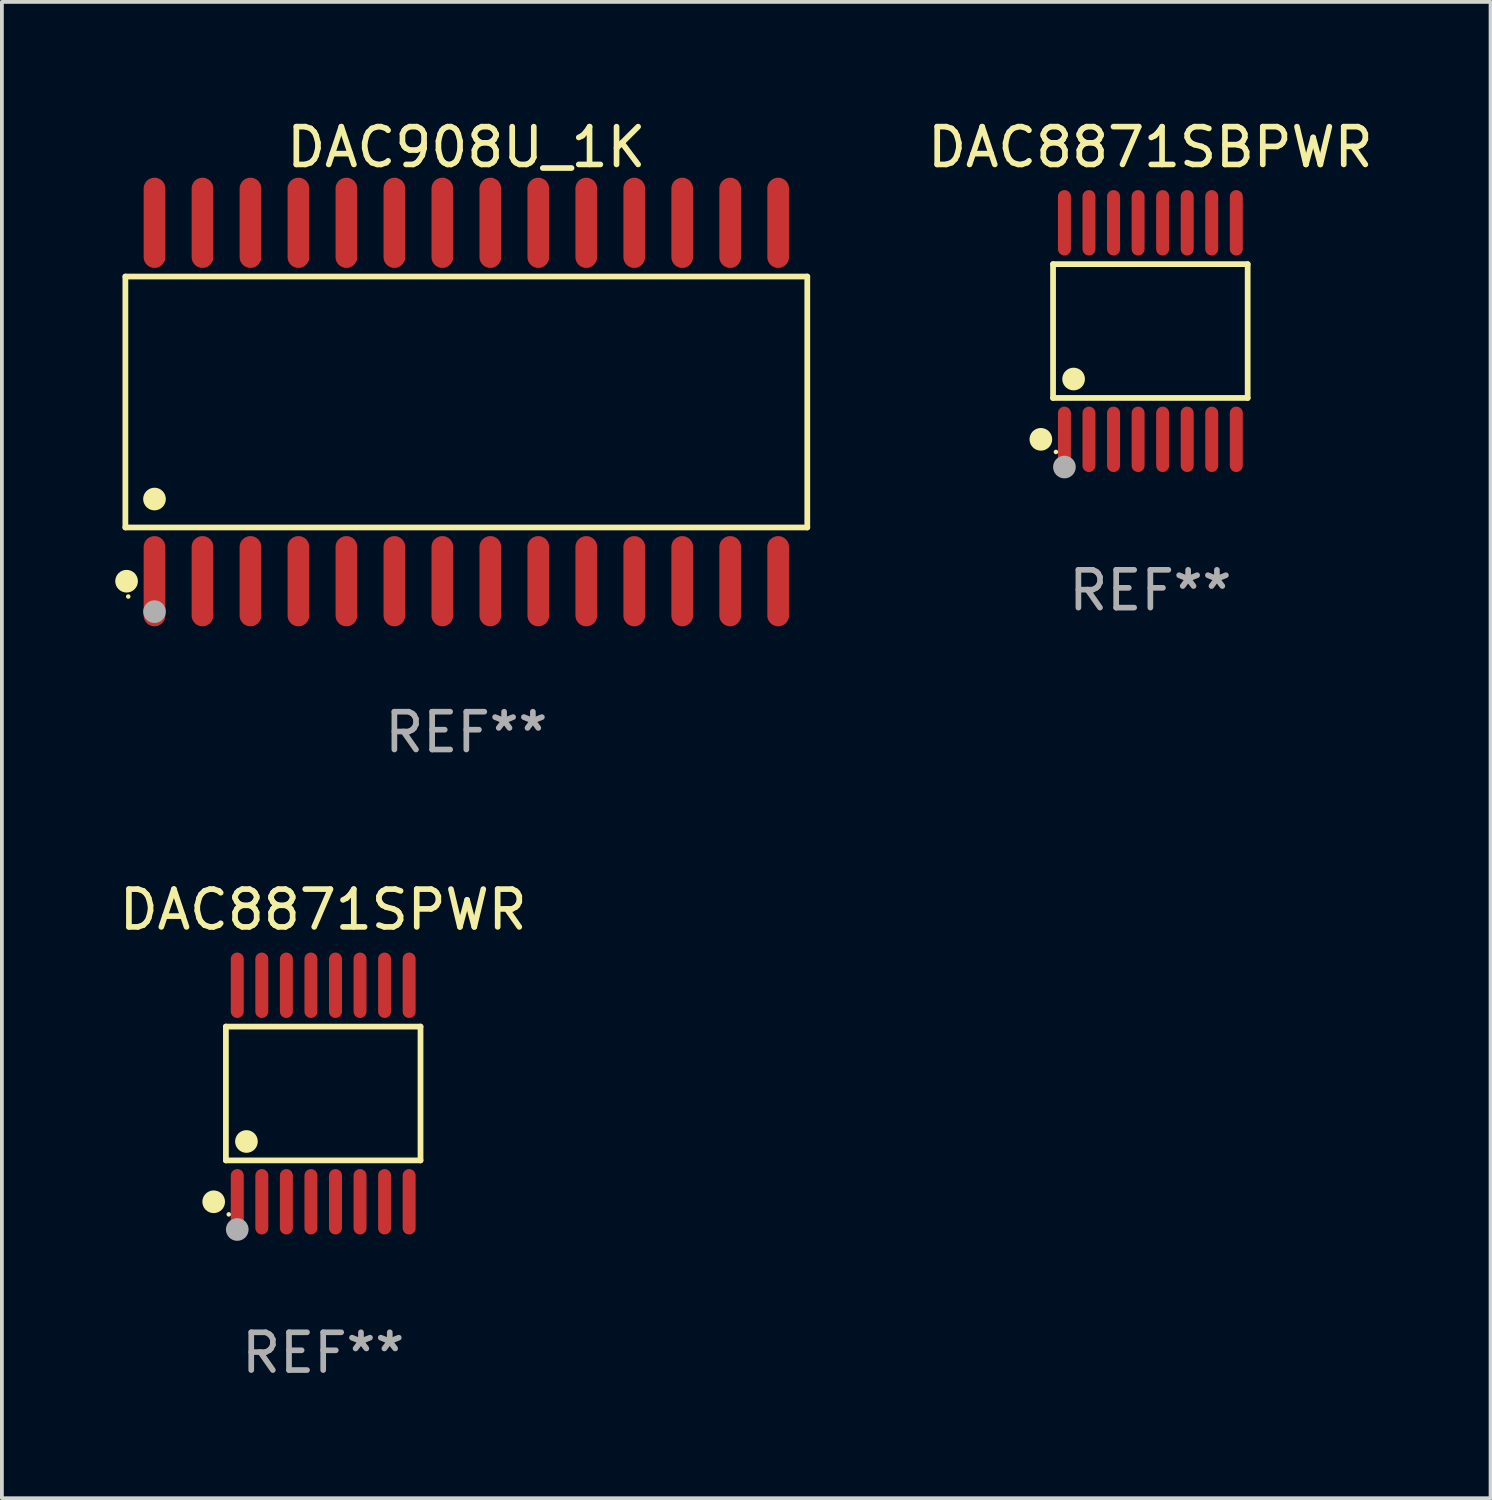
<source format=kicad_pcb>
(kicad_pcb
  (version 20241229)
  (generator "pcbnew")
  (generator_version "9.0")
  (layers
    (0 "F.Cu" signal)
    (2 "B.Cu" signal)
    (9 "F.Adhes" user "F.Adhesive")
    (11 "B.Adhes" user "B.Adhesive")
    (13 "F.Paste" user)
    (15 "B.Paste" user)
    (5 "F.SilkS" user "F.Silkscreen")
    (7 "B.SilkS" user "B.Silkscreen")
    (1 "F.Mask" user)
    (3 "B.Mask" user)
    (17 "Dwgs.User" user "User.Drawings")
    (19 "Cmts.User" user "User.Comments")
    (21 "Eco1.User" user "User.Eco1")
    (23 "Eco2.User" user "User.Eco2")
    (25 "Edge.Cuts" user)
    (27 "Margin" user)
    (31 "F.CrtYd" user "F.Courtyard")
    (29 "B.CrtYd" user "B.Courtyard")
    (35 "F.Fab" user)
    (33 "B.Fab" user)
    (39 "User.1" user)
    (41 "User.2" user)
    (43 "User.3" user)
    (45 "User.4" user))
  (footprint "DAC8871SPWR"
    (layer "F.Cu")
    (at 5.506 25.898)
    (property "Reference" "DAC8871SPWR" (at 0 -4.866 0) (layer "F.SilkS") (effects (font (size 1 1) (thickness 0.15))))
    (attr through_hole)
    (fp_line (start -2.576 -1.772) (end 2.576 -1.772) (stroke (width 0.152) (type solid)) (layer "F.SilkS"))
    (fp_line (start -2.576 1.771) (end -2.576 -1.772) (stroke (width 0.152) (type solid)) (layer "F.SilkS"))
    (fp_line (start 2.576 -1.772) (end 2.576 1.771) (stroke (width 0.152) (type solid)) (layer "F.SilkS"))
    (fp_line (start 2.576 1.771) (end -2.576 1.771) (stroke (width 0.152) (type solid)) (layer "F.SilkS"))
    (fp_circle (center -2.899 2.866) (end -2.749 2.866) (stroke (width 0.3) (type solid)) (fill no) (layer "F.SilkS"))
    (fp_circle (center -2.5 3.2) (end -2.47 3.2) (stroke (width 0.06) (type solid)) (fill no) (layer "F.SilkS"))
    (fp_circle (center -2.032 1.27) (end -1.882 1.27) (stroke (width 0.3) (type solid)) (fill no) (layer "F.SilkS"))
    (fp_circle (center -2.275 3.6) (end -2.125 3.6) (stroke (width 0.3) (type solid)) (fill no) (layer "F.Fab"))
    (fp_text user "REF**" (at 0 6.866 0) (layer "F.Fab") (effects (font (size 1 1) (thickness 0.15))))
    (pad "1" smd oval (at -2.275 2.866) (size 0.343 1.731) (layers "F.Cu" "F.Mask" "F.Paste"))
    (pad "2" smd oval (at -1.625 2.866) (size 0.343 1.731) (layers "F.Cu" "F.Mask" "F.Paste"))
    (pad "3" smd oval (at -0.975 2.866) (size 0.343 1.731) (layers "F.Cu" "F.Mask" "F.Paste"))
    (pad "4" smd oval (at -0.325 2.866) (size 0.343 1.731) (layers "F.Cu" "F.Mask" "F.Paste"))
    (pad "5" smd oval (at 0.325 2.866) (size 0.343 1.731) (layers "F.Cu" "F.Mask" "F.Paste"))
    (pad "6" smd oval (at 0.975 2.866) (size 0.343 1.731) (layers "F.Cu" "F.Mask" "F.Paste"))
    (pad "7" smd oval (at 1.625 2.866) (size 0.343 1.731) (layers "F.Cu" "F.Mask" "F.Paste"))
    (pad "8" smd oval (at 2.275 2.866) (size 0.343 1.731) (layers "F.Cu" "F.Mask" "F.Paste"))
    (pad "9" smd oval (at 2.275 -2.866) (size 0.343 1.731) (layers "F.Cu" "F.Mask" "F.Paste"))
    (pad "10" smd oval (at 1.625 -2.866) (size 0.343 1.731) (layers "F.Cu" "F.Mask" "F.Paste"))
    (pad "11" smd oval (at 0.975 -2.866) (size 0.343 1.731) (layers "F.Cu" "F.Mask" "F.Paste"))
    (pad "12" smd oval (at 0.325 -2.866) (size 0.343 1.731) (layers "F.Cu" "F.Mask" "F.Paste"))
    (pad "13" smd oval (at -0.325 -2.866) (size 0.343 1.731) (layers "F.Cu" "F.Mask" "F.Paste"))
    (pad "14" smd oval (at -0.975 -2.866) (size 0.343 1.731) (layers "F.Cu" "F.Mask" "F.Paste"))
    (pad "15" smd oval (at -1.625 -2.866) (size 0.343 1.731) (layers "F.Cu" "F.Mask" "F.Paste"))
    (pad "16" smd oval (at -2.275 -2.866) (size 0.343 1.731) (layers "F.Cu" "F.Mask" "F.Paste")))
  (footprint "DAC908U_1K"
    (layer "F.Cu")
    (at 9.295 7.592)
    (property "Reference" "DAC908U_1K" (at 0 -6.744 0) (layer "F.SilkS") (effects (font (size 1 1) (thickness 0.15))))
    (attr through_hole)
    (fp_line (start -9.026 -3.321) (end 9.026 -3.321) (stroke (width 0.152) (type solid)) (layer "F.SilkS"))
    (fp_line (start -9.026 3.321) (end -9.026 -3.321) (stroke (width 0.152) (type solid)) (layer "F.SilkS"))
    (fp_line (start 9.026 -3.321) (end 9.026 3.321) (stroke (width 0.152) (type solid)) (layer "F.SilkS"))
    (fp_line (start 9.026 3.321) (end -9.026 3.321) (stroke (width 0.152) (type solid)) (layer "F.SilkS"))
    (fp_circle (center -8.994 4.744) (end -8.844 4.744) (stroke (width 0.3) (type solid)) (fill no) (layer "F.SilkS"))
    (fp_circle (center -8.95 5.15) (end -8.92 5.15) (stroke (width 0.06) (type solid)) (fill no) (layer "F.SilkS"))
    (fp_circle (center -8.255 2.569) (end -8.105 2.569) (stroke (width 0.3) (type solid)) (fill no) (layer "F.SilkS"))
    (fp_circle (center -8.255 5.55) (end -8.105 5.55) (stroke (width 0.3) (type solid)) (fill no) (layer "F.Fab"))
    (fp_text user "REF**" (at 0 8.744 0) (layer "F.Fab") (effects (font (size 1 1) (thickness 0.15))))
    (pad "1" smd oval (at -8.255 4.744) (size 0.574 2.388) (layers "F.Cu" "F.Mask" "F.Paste"))
    (pad "2" smd oval (at -6.985 4.744) (size 0.574 2.388) (layers "F.Cu" "F.Mask" "F.Paste"))
    (pad "3" smd oval (at -5.715 4.744) (size 0.574 2.388) (layers "F.Cu" "F.Mask" "F.Paste"))
    (pad "4" smd oval (at -4.445 4.744) (size 0.574 2.388) (layers "F.Cu" "F.Mask" "F.Paste"))
    (pad "5" smd oval (at -3.175 4.744) (size 0.574 2.388) (layers "F.Cu" "F.Mask" "F.Paste"))
    (pad "6" smd oval (at -1.905 4.744) (size 0.574 2.388) (layers "F.Cu" "F.Mask" "F.Paste"))
    (pad "7" smd oval (at -0.635 4.744) (size 0.574 2.388) (layers "F.Cu" "F.Mask" "F.Paste"))
    (pad "8" smd oval (at 0.635 4.744) (size 0.574 2.388) (layers "F.Cu" "F.Mask" "F.Paste"))
    (pad "9" smd oval (at 1.905 4.744) (size 0.574 2.388) (layers "F.Cu" "F.Mask" "F.Paste"))
    (pad "10" smd oval (at 3.175 4.744) (size 0.574 2.388) (layers "F.Cu" "F.Mask" "F.Paste"))
    (pad "11" smd oval (at 4.445 4.744) (size 0.574 2.388) (layers "F.Cu" "F.Mask" "F.Paste"))
    (pad "12" smd oval (at 5.715 4.744) (size 0.574 2.388) (layers "F.Cu" "F.Mask" "F.Paste"))
    (pad "13" smd oval (at 6.985 4.744) (size 0.574 2.388) (layers "F.Cu" "F.Mask" "F.Paste"))
    (pad "14" smd oval (at 8.255 4.744) (size 0.574 2.388) (layers "F.Cu" "F.Mask" "F.Paste"))
    (pad "15" smd oval (at 8.255 -4.744) (size 0.574 2.388) (layers "F.Cu" "F.Mask" "F.Paste"))
    (pad "16" smd oval (at 6.985 -4.744) (size 0.574 2.388) (layers "F.Cu" "F.Mask" "F.Paste"))
    (pad "17" smd oval (at 5.715 -4.744) (size 0.574 2.388) (layers "F.Cu" "F.Mask" "F.Paste"))
    (pad "18" smd oval (at 4.445 -4.744) (size 0.574 2.388) (layers "F.Cu" "F.Mask" "F.Paste"))
    (pad "19" smd oval (at 3.175 -4.744) (size 0.574 2.388) (layers "F.Cu" "F.Mask" "F.Paste"))
    (pad "20" smd oval (at 1.905 -4.744) (size 0.574 2.388) (layers "F.Cu" "F.Mask" "F.Paste"))
    (pad "21" smd oval (at 0.635 -4.744) (size 0.574 2.388) (layers "F.Cu" "F.Mask" "F.Paste"))
    (pad "22" smd oval (at -0.635 -4.744) (size 0.574 2.388) (layers "F.Cu" "F.Mask" "F.Paste"))
    (pad "23" smd oval (at -1.905 -4.744) (size 0.574 2.388) (layers "F.Cu" "F.Mask" "F.Paste"))
    (pad "24" smd oval (at -3.175 -4.744) (size 0.574 2.388) (layers "F.Cu" "F.Mask" "F.Paste"))
    (pad "25" smd oval (at -4.445 -4.744) (size 0.574 2.388) (layers "F.Cu" "F.Mask" "F.Paste"))
    (pad "26" smd oval (at -5.715 -4.744) (size 0.574 2.388) (layers "F.Cu" "F.Mask" "F.Paste"))
    (pad "27" smd oval (at -6.985 -4.744) (size 0.574 2.388) (layers "F.Cu" "F.Mask" "F.Paste"))
    (pad "28" smd oval (at -8.255 -4.744) (size 0.574 2.388) (layers "F.Cu" "F.Mask" "F.Paste")))
  (footprint "DAC8871SBPWR"
    (layer "F.Cu")
    (at 27.403 5.714)
    (property "Reference" "DAC8871SBPWR" (at 0 -4.866 0) (layer "F.SilkS") (effects (font (size 1 1) (thickness 0.15))))
    (attr through_hole)
    (fp_line (start -2.576 -1.772) (end 2.576 -1.772) (stroke (width 0.152) (type solid)) (layer "F.SilkS"))
    (fp_line (start -2.576 1.771) (end -2.576 -1.772) (stroke (width 0.152) (type solid)) (layer "F.SilkS"))
    (fp_line (start 2.576 -1.772) (end 2.576 1.771) (stroke (width 0.152) (type solid)) (layer "F.SilkS"))
    (fp_line (start 2.576 1.771) (end -2.576 1.771) (stroke (width 0.152) (type solid)) (layer "F.SilkS"))
    (fp_circle (center -2.899 2.866) (end -2.749 2.866) (stroke (width 0.3) (type solid)) (fill no) (layer "F.SilkS"))
    (fp_circle (center -2.5 3.2) (end -2.47 3.2) (stroke (width 0.06) (type solid)) (fill no) (layer "F.SilkS"))
    (fp_circle (center -2.032 1.27) (end -1.882 1.27) (stroke (width 0.3) (type solid)) (fill no) (layer "F.SilkS"))
    (fp_circle (center -2.275 3.6) (end -2.125 3.6) (stroke (width 0.3) (type solid)) (fill no) (layer "F.Fab"))
    (fp_text user "REF**" (at 0 6.866 0) (layer "F.Fab") (effects (font (size 1 1) (thickness 0.15))))
    (pad "1" smd oval (at -2.275 2.866) (size 0.343 1.731) (layers "F.Cu" "F.Mask" "F.Paste"))
    (pad "2" smd oval (at -1.625 2.866) (size 0.343 1.731) (layers "F.Cu" "F.Mask" "F.Paste"))
    (pad "3" smd oval (at -0.975 2.866) (size 0.343 1.731) (layers "F.Cu" "F.Mask" "F.Paste"))
    (pad "4" smd oval (at -0.325 2.866) (size 0.343 1.731) (layers "F.Cu" "F.Mask" "F.Paste"))
    (pad "5" smd oval (at 0.325 2.866) (size 0.343 1.731) (layers "F.Cu" "F.Mask" "F.Paste"))
    (pad "6" smd oval (at 0.975 2.866) (size 0.343 1.731) (layers "F.Cu" "F.Mask" "F.Paste"))
    (pad "7" smd oval (at 1.625 2.866) (size 0.343 1.731) (layers "F.Cu" "F.Mask" "F.Paste"))
    (pad "8" smd oval (at 2.275 2.866) (size 0.343 1.731) (layers "F.Cu" "F.Mask" "F.Paste"))
    (pad "9" smd oval (at 2.275 -2.866) (size 0.343 1.731) (layers "F.Cu" "F.Mask" "F.Paste"))
    (pad "10" smd oval (at 1.625 -2.866) (size 0.343 1.731) (layers "F.Cu" "F.Mask" "F.Paste"))
    (pad "11" smd oval (at 0.975 -2.866) (size 0.343 1.731) (layers "F.Cu" "F.Mask" "F.Paste"))
    (pad "12" smd oval (at 0.325 -2.866) (size 0.343 1.731) (layers "F.Cu" "F.Mask" "F.Paste"))
    (pad "13" smd oval (at -0.325 -2.866) (size 0.343 1.731) (layers "F.Cu" "F.Mask" "F.Paste"))
    (pad "14" smd oval (at -0.975 -2.866) (size 0.343 1.731) (layers "F.Cu" "F.Mask" "F.Paste"))
    (pad "15" smd oval (at -1.625 -2.866) (size 0.343 1.731) (layers "F.Cu" "F.Mask" "F.Paste"))
    (pad "16" smd oval (at -2.275 -2.866) (size 0.343 1.731) (layers "F.Cu" "F.Mask" "F.Paste")))
  (gr_rect
    (start -3 -3)
    (end 36.409 36.612)
    (stroke (width 0.1) (type default))
    (fill no)
    (layer "Edge.Cuts")))
</source>
